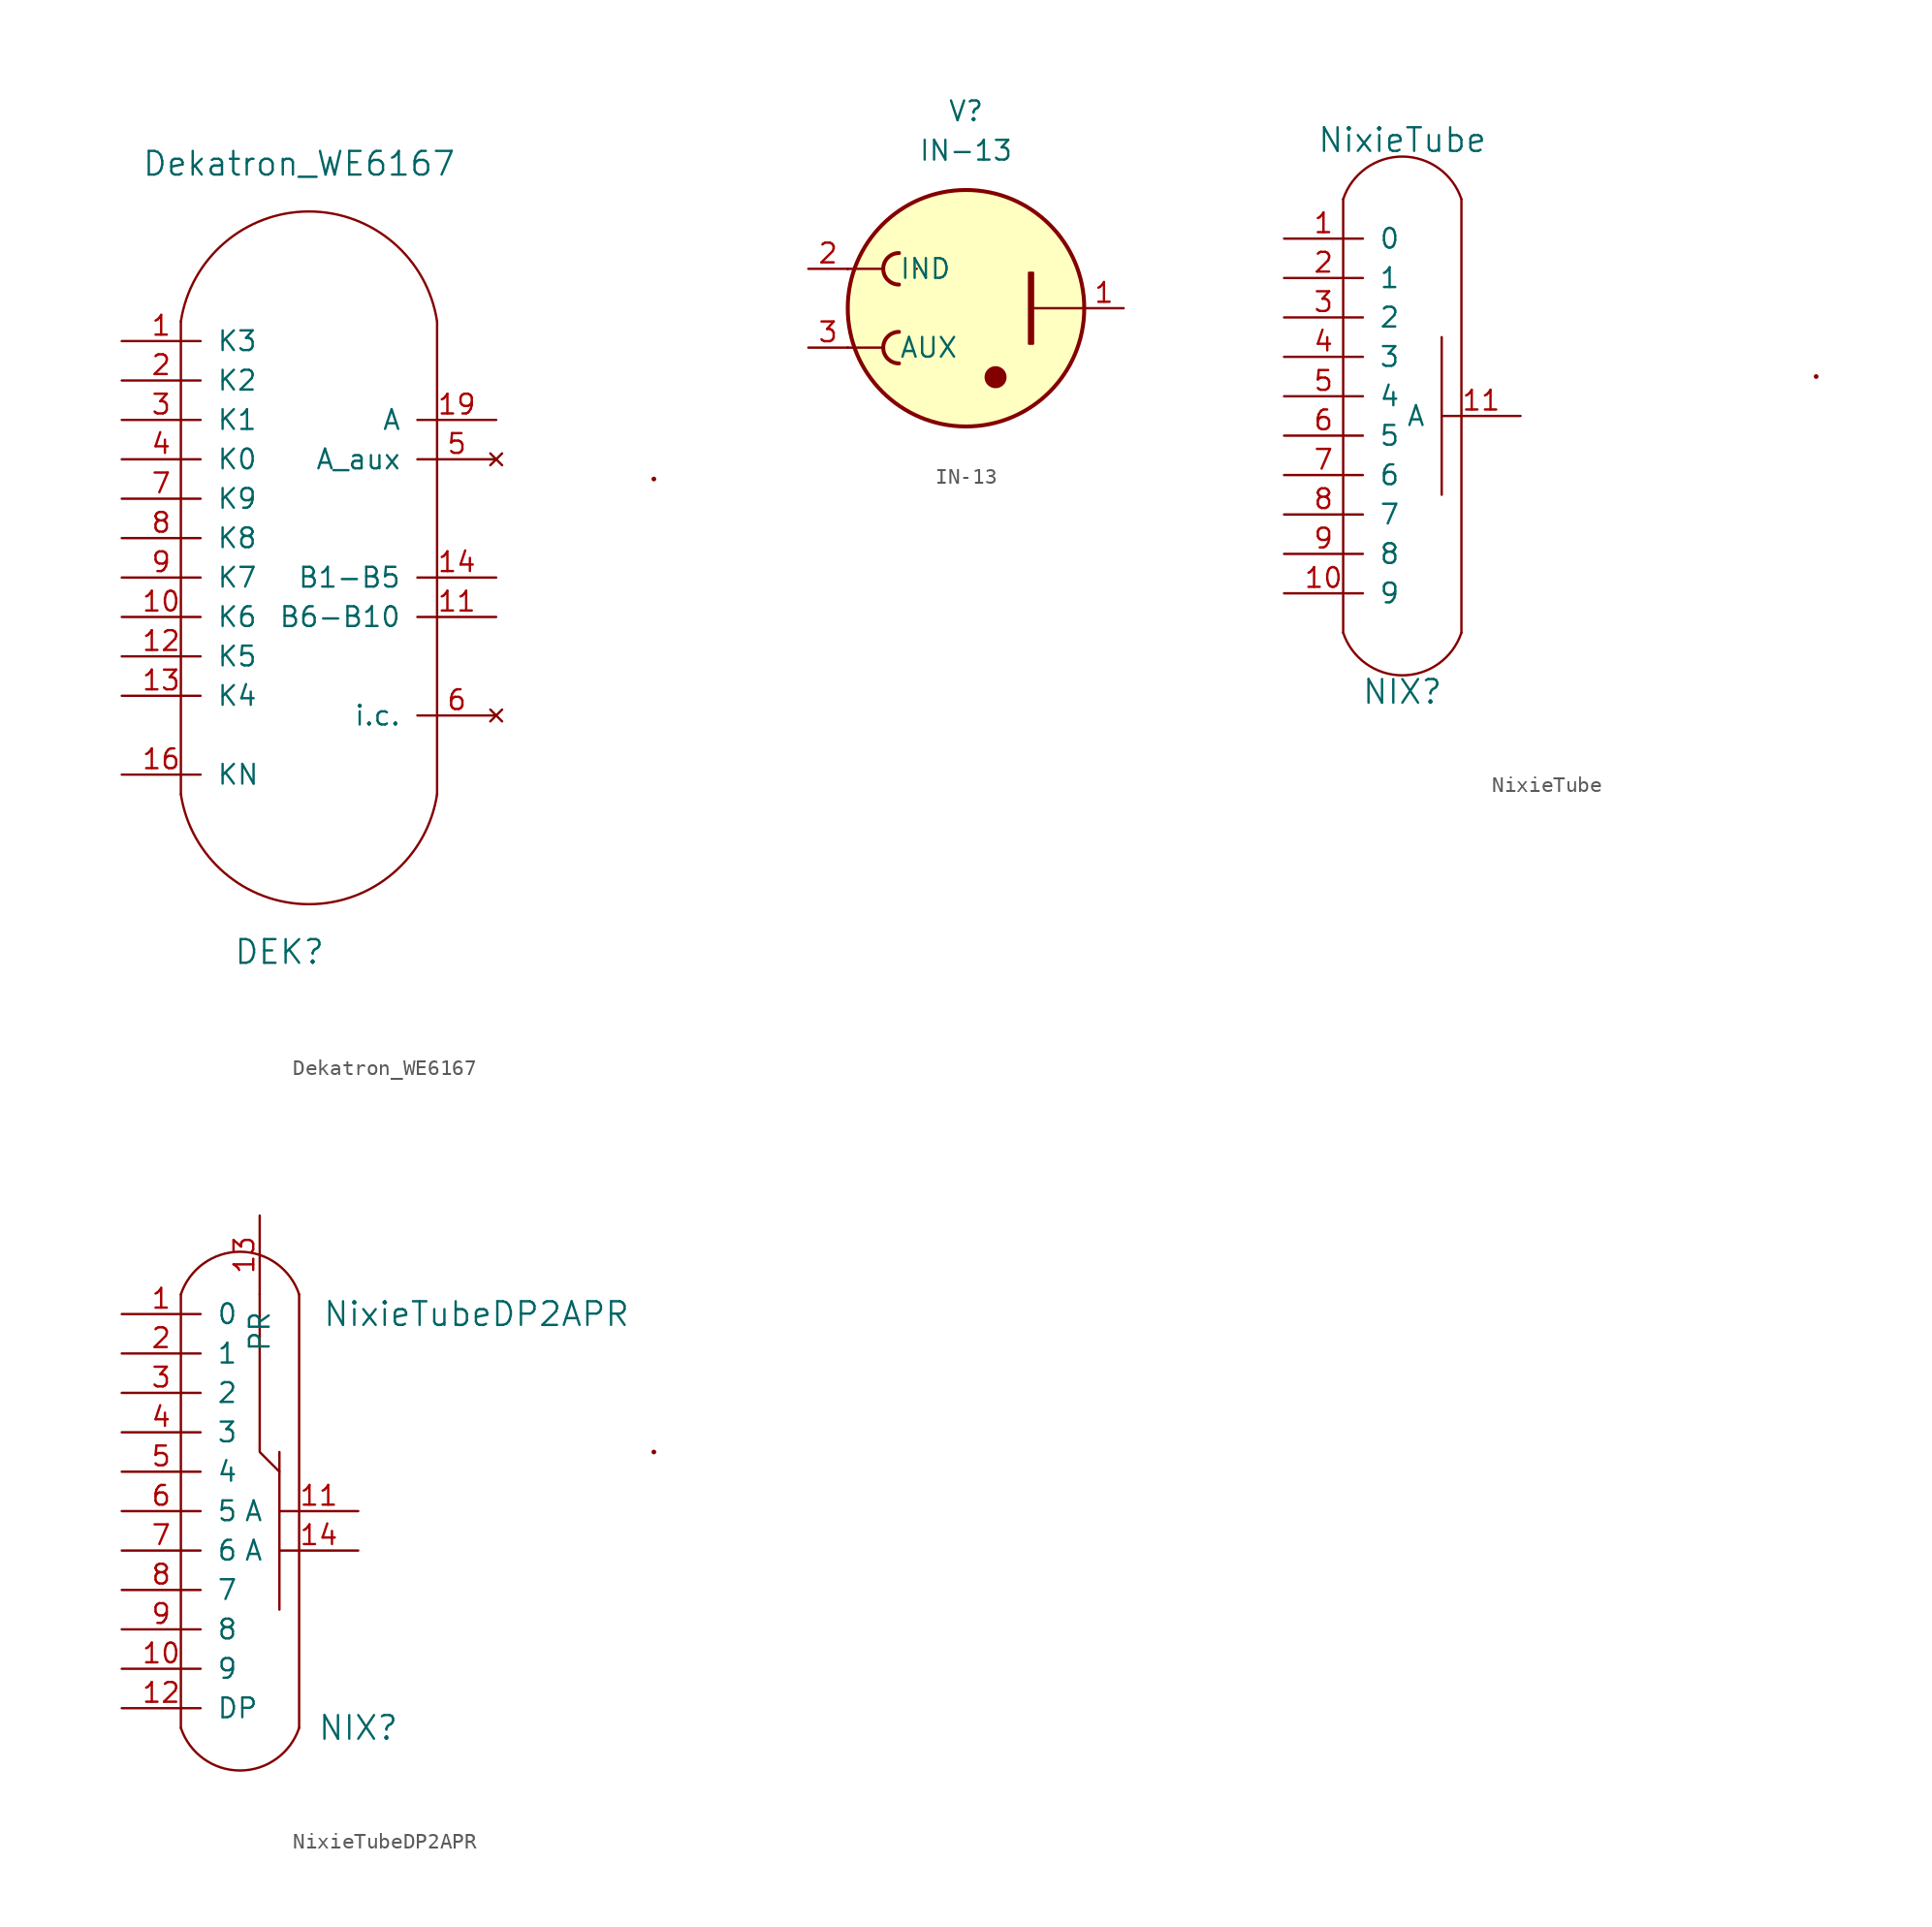
<source format=kicad_sym>
(kicad_symbol_lib
  (version 20231120)
  (generator "kicad_symbol_editor")
  (generator_version "8.0")
  (symbol "Dekatron_WE6167"
    (pin_names
      (offset 1.016))
    (property "Reference" "DEK"
      (at -2.54 -27.94 0)
      (effects (font (size 1.524 1.524))))
    (property "Value" "Dekatron_WE6167"
      (at -1.27 22.86 0)
      (effects (font (size 1.524 1.524))))
    (symbol "Dekatron_WE6167_0_1"
      (arc (start -8.89 -17.78) (mid -0.635 -24.8621) (end 7.62 -17.78) (stroke (width 0) (type default)) (fill (type none)))
      (polyline (pts (xy -8.89 12.7) (xy -8.89 -17.78)) (stroke (width 0) (type default)) (fill (type background)))
      (polyline (pts (xy 7.62 -17.78) (xy 7.62 12.7)) (stroke (width 0) (type default)) (fill (type none)))
      (arc (start 7.62 12.7) (mid -0.635 19.7821) (end -8.89 12.7) (stroke (width 0) (type default)) (fill (type none)))
      (circle (center 21.59 2.54) (radius 0.0001) (stroke (width 0) (type default)) (fill (type none))))
    (symbol "Dekatron_WE6167_1_1"
      (pin passive line (at -12.7 11.43 0) (length 5.08) (name "K3" (effects (font (size 1.27 1.27)))) (number "1" (effects (font (size 1.27 1.27)))))
      (pin passive line (at -12.7 -6.35 0) (length 5.08) (name "K6" (effects (font (size 1.27 1.27)))) (number "10" (effects (font (size 1.27 1.27)))))
      (pin input line (at 11.43 -6.35 180) (length 5.08) (name "B6-B10" (effects (font (size 1.27 1.27)))) (number "11" (effects (font (size 1.27 1.27)))))
      (pin passive line (at -12.7 -8.89 0) (length 5.08) (name "K5" (effects (font (size 1.27 1.27)))) (number "12" (effects (font (size 1.27 1.27)))))
      (pin passive line (at -12.7 -11.43 0) (length 5.08) (name "K4" (effects (font (size 1.27 1.27)))) (number "13" (effects (font (size 1.27 1.27)))))
      (pin input line (at 11.43 -3.81 180) (length 5.08) (name "B1-B5" (effects (font (size 1.27 1.27)))) (number "14" (effects (font (size 1.27 1.27)))))
      (pin output line (at -12.7 -16.51 0) (length 5.08) (name "KN" (effects (font (size 1.27 1.27)))) (number "16" (effects (font (size 1.27 1.27)))))
      (pin input line (at 11.43 6.35 180) (length 5.08) (name "A" (effects (font (size 1.27 1.27)))) (number "19" (effects (font (size 1.27 1.27)))))
      (pin passive line (at -12.7 8.89 0) (length 5.08) (name "K2" (effects (font (size 1.27 1.27)))) (number "2" (effects (font (size 1.27 1.27)))))
      (pin passive line (at -12.7 6.35 0) (length 5.08) (name "K1" (effects (font (size 1.27 1.27)))) (number "3" (effects (font (size 1.27 1.27)))))
      (pin output line (at -12.7 3.81 0) (length 5.08) (name "K0" (effects (font (size 1.27 1.27)))) (number "4" (effects (font (size 1.27 1.27)))))
      (pin no_connect line (at 11.43 3.81 180) (length 5.08) (name "A_aux" (effects (font (size 1.27 1.27)))) (number "5" (effects (font (size 1.27 1.27)))))
      (pin no_connect line (at 11.43 -12.7 180) (length 5.08) (name "i.c." (effects (font (size 1.27 1.27)))) (number "6" (effects (font (size 1.27 1.27)))))
      (pin passive line (at -12.7 1.27 0) (length 5.08) (name "K9" (effects (font (size 1.27 1.27)))) (number "7" (effects (font (size 1.27 1.27)))))
      (pin passive line (at -12.7 -1.27 0) (length 5.08) (name "K8" (effects (font (size 1.27 1.27)))) (number "8" (effects (font (size 1.27 1.27)))))
      (pin passive line (at -12.7 -3.81 0) (length 5.08) (name "K7" (effects (font (size 1.27 1.27)))) (number "9" (effects (font (size 1.27 1.27)))))))
  (symbol "IN-13"
    (pin_names hide)
    (property "Reference" "V"
      (at 0 12.7 0)
      (effects (font (size 1.27 1.27))))
    (property "Value" "IN-13"
      (at 0 10.16 0)
      (effects (font (size 1.27 1.27))))
    (symbol "IN-13_1_1"
      (arc (start -4.318 -1.524) (mid -5.334 -2.54) (end -4.318 -3.556) (stroke (width 0.254) (type default)) (fill (type none)))
      (arc (start -4.318 3.556) (mid -5.334 2.54) (end -4.318 1.524) (stroke (width 0.254) (type default)) (fill (type none)))
      (polyline (pts (xy -7.62 -2.54) (xy -7.62 -2.54)) (stroke (width 0) (type default)) (fill (type none)))
      (polyline (pts (xy -7.62 2.54) (xy -7.62 2.54)) (stroke (width 0) (type default)) (fill (type none)))
      (polyline (pts (xy -7.62 2.54) (xy -7.62 2.54)) (stroke (width 0) (type default)) (fill (type none)))
      (polyline (pts (xy -5.334 -2.54) (xy -7.62 -2.54)) (stroke (width 0) (type default)) (fill (type none)))
      (polyline (pts (xy -5.334 2.54) (xy -7.62 2.54)) (stroke (width 0) (type default)) (fill (type none)))
      (polyline (pts (xy -3.175 2.54) (xy -3.175 2.54)) (stroke (width 0) (type default)) (fill (type none)))
      (polyline (pts (xy 4.318 0) (xy 7.62 0)) (stroke (width 0) (type default)) (fill (type none)))
      (circle (center 0 0) (radius 7.62) (stroke (width 0.254) (type default)) (fill (type background)))
      (circle (center 1.905 -4.445) (radius 0.635) (stroke (width 0) (type default)) (fill (type outline)))
      (rectangle (start 4.318 2.286) (end 4.064 -2.286) (stroke (width 0) (type default)) (fill (type outline)))
      (text "AUX" (at -4.318 -2.54 0) (effects (font (size 1.27 1.27) (color 0 100 100 1)) (justify left)))
      (text "IND" (at -4.318 2.54 0) (effects (font (size 1.27 1.27) (color 0 100 100 1)) (justify left)))
      (pin unspecified line (at 10.16 0 180) (length 2.54) (name "A" (effects (font (size 1.27 1.27)))) (number "1" (effects (font (size 1.27 1.27)))))
      (pin unspecified line (at -10.16 2.54 0) (length 2.54) (name "IND_Cathode" (effects (font (size 1.27 1.27)))) (number "2" (effects (font (size 1.27 1.27)))))
      (pin unspecified line (at -10.16 -2.54 0) (length 2.54) (name "AUX_Cathode" (effects (font (size 1.27 1.27)))) (number "3" (effects (font (size 1.27 1.27)))))))
  (symbol "NixieTube"
    (pin_names
      (offset 1.016))
    (property "Reference" "NIX"
      (at 10.16 -25.4 0)
      (effects (font (size 1.524 1.524))))
    (property "Value" "NixieTube"
      (at 10.16 10.16 0)
      (effects (font (size 1.524 1.524))))
    (symbol "NixieTube_0_1"
      (polyline (pts (xy 6.35 6.35) (xy 6.35 -21.59)) (stroke (width 0) (type default)) (fill (type none)))
      (polyline (pts (xy 12.7 -2.54) (xy 12.7 -12.7)) (stroke (width 0) (type default)) (fill (type none)))
      (polyline (pts (xy 13.97 -21.59) (xy 13.97 6.35)) (stroke (width 0) (type default)) (fill (type none)))
      (arc (start 6.35 -21.59) (mid 10.16 -24.3361) (end 13.97 -21.59) (stroke (width 0) (type default)) (fill (type none)))
      (arc (start 13.97 6.35) (mid 10.16 9.0961) (end 6.35 6.35) (stroke (width 0) (type default)) (fill (type none)))
      (circle (center 36.83 -5.08) (radius 0.0001) (stroke (width 0) (type default)) (fill (type none))))
    (symbol "NixieTube_1_1"
      (pin input line (at 2.54 3.81 0) (length 5.08) (name "0" (effects (font (size 1.27 1.27)))) (number "1" (effects (font (size 1.27 1.27)))))
      (pin input line (at 2.54 -19.05 0) (length 5.08) (name "9" (effects (font (size 1.27 1.27)))) (number "10" (effects (font (size 1.27 1.27)))))
      (pin input line (at 17.78 -7.62 180) (length 5.08) (name "A" (effects (font (size 1.27 1.27)))) (number "11" (effects (font (size 1.27 1.27)))))
      (pin input line (at 2.54 1.27 0) (length 5.08) (name "1" (effects (font (size 1.27 1.27)))) (number "2" (effects (font (size 1.27 1.27)))))
      (pin input line (at 2.54 -1.27 0) (length 5.08) (name "2" (effects (font (size 1.27 1.27)))) (number "3" (effects (font (size 1.27 1.27)))))
      (pin input line (at 2.54 -3.81 0) (length 5.08) (name "3" (effects (font (size 1.27 1.27)))) (number "4" (effects (font (size 1.27 1.27)))))
      (pin input line (at 2.54 -6.35 0) (length 5.08) (name "4" (effects (font (size 1.27 1.27)))) (number "5" (effects (font (size 1.27 1.27)))))
      (pin input line (at 2.54 -8.89 0) (length 5.08) (name "5" (effects (font (size 1.27 1.27)))) (number "6" (effects (font (size 1.27 1.27)))))
      (pin input line (at 2.54 -11.43 0) (length 5.08) (name "6" (effects (font (size 1.27 1.27)))) (number "7" (effects (font (size 1.27 1.27)))))
      (pin input line (at 2.54 -13.97 0) (length 5.08) (name "7" (effects (font (size 1.27 1.27)))) (number "8" (effects (font (size 1.27 1.27)))))
      (pin input line (at 2.54 -16.51 0) (length 5.08) (name "8" (effects (font (size 1.27 1.27)))) (number "9" (effects (font (size 1.27 1.27)))))))
  (symbol "NixieTubeDP2APR"
    (pin_names
      (offset 1.016))
    (property "Reference" "NIX"
      (at 17.78 -22.86 0)
      (effects (font (size 1.524 1.524))))
    (property "Value" "NixieTubeDP2APR"
      (at 25.4 3.81 0)
      (effects (font (size 1.524 1.524))))
    (symbol "NixieTubeDP2APR_0_1"
      (polyline (pts (xy 6.35 5.08) (xy 6.35 -22.86)) (stroke (width 0) (type default)) (fill (type none)))
      (polyline (pts (xy 12.7 -5.08) (xy 12.7 -15.24)) (stroke (width 0) (type default)) (fill (type none)))
      (polyline (pts (xy 13.97 -22.86) (xy 13.97 5.08)) (stroke (width 0) (type default)) (fill (type none)))
      (polyline (pts (xy 12.7 -6.35) (xy 11.43 -5.08) (xy 11.43 5.08)) (stroke (width 0) (type default)) (fill (type none)))
      (arc (start 6.35 -22.86) (mid 10.16 -25.6061) (end 13.97 -22.86) (stroke (width 0) (type default)) (fill (type none)))
      (arc (start 13.97 5.08) (mid 10.16 7.8261) (end 6.35 5.08) (stroke (width 0) (type default)) (fill (type none)))
      (circle (center 36.83 -5.08) (radius 0.0001) (stroke (width 0) (type default)) (fill (type none))))
    (symbol "NixieTubeDP2APR_1_1"
      (pin output line (at 2.54 3.81 0) (length 5.08) (name "0" (effects (font (size 1.27 1.27)))) (number "1" (effects (font (size 1.27 1.27)))))
      (pin output line (at 2.54 -19.05 0) (length 5.08) (name "9" (effects (font (size 1.27 1.27)))) (number "10" (effects (font (size 1.27 1.27)))))
      (pin input line (at 17.78 -8.89 180) (length 5.08) (name "A" (effects (font (size 1.27 1.27)))) (number "11" (effects (font (size 1.27 1.27)))))
      (pin output line (at 2.54 -21.59 0) (length 5.08) (name "DP" (effects (font (size 1.27 1.27)))) (number "12" (effects (font (size 1.27 1.27)))))
      (pin input line (at 11.43 10.16 270) (length 5.08) (name "PR" (effects (font (size 1.27 1.27)))) (number "13" (effects (font (size 1.27 1.27)))))
      (pin input line (at 17.78 -11.43 180) (length 5.08) (name "A" (effects (font (size 1.27 1.27)))) (number "14" (effects (font (size 1.27 1.27)))))
      (pin output line (at 2.54 1.27 0) (length 5.08) (name "1" (effects (font (size 1.27 1.27)))) (number "2" (effects (font (size 1.27 1.27)))))
      (pin output line (at 2.54 -1.27 0) (length 5.08) (name "2" (effects (font (size 1.27 1.27)))) (number "3" (effects (font (size 1.27 1.27)))))
      (pin output line (at 2.54 -3.81 0) (length 5.08) (name "3" (effects (font (size 1.27 1.27)))) (number "4" (effects (font (size 1.27 1.27)))))
      (pin output line (at 2.54 -6.35 0) (length 5.08) (name "4" (effects (font (size 1.27 1.27)))) (number "5" (effects (font (size 1.27 1.27)))))
      (pin output line (at 2.54 -8.89 0) (length 5.08) (name "5" (effects (font (size 1.27 1.27)))) (number "6" (effects (font (size 1.27 1.27)))))
      (pin output line (at 2.54 -11.43 0) (length 5.08) (name "6" (effects (font (size 1.27 1.27)))) (number "7" (effects (font (size 1.27 1.27)))))
      (pin output line (at 2.54 -13.97 0) (length 5.08) (name "7" (effects (font (size 1.27 1.27)))) (number "8" (effects (font (size 1.27 1.27)))))
      (pin output line (at 2.54 -16.51 0) (length 5.08) (name "8" (effects (font (size 1.27 1.27)))) (number "9" (effects (font (size 1.27 1.27))))))))
</source>
